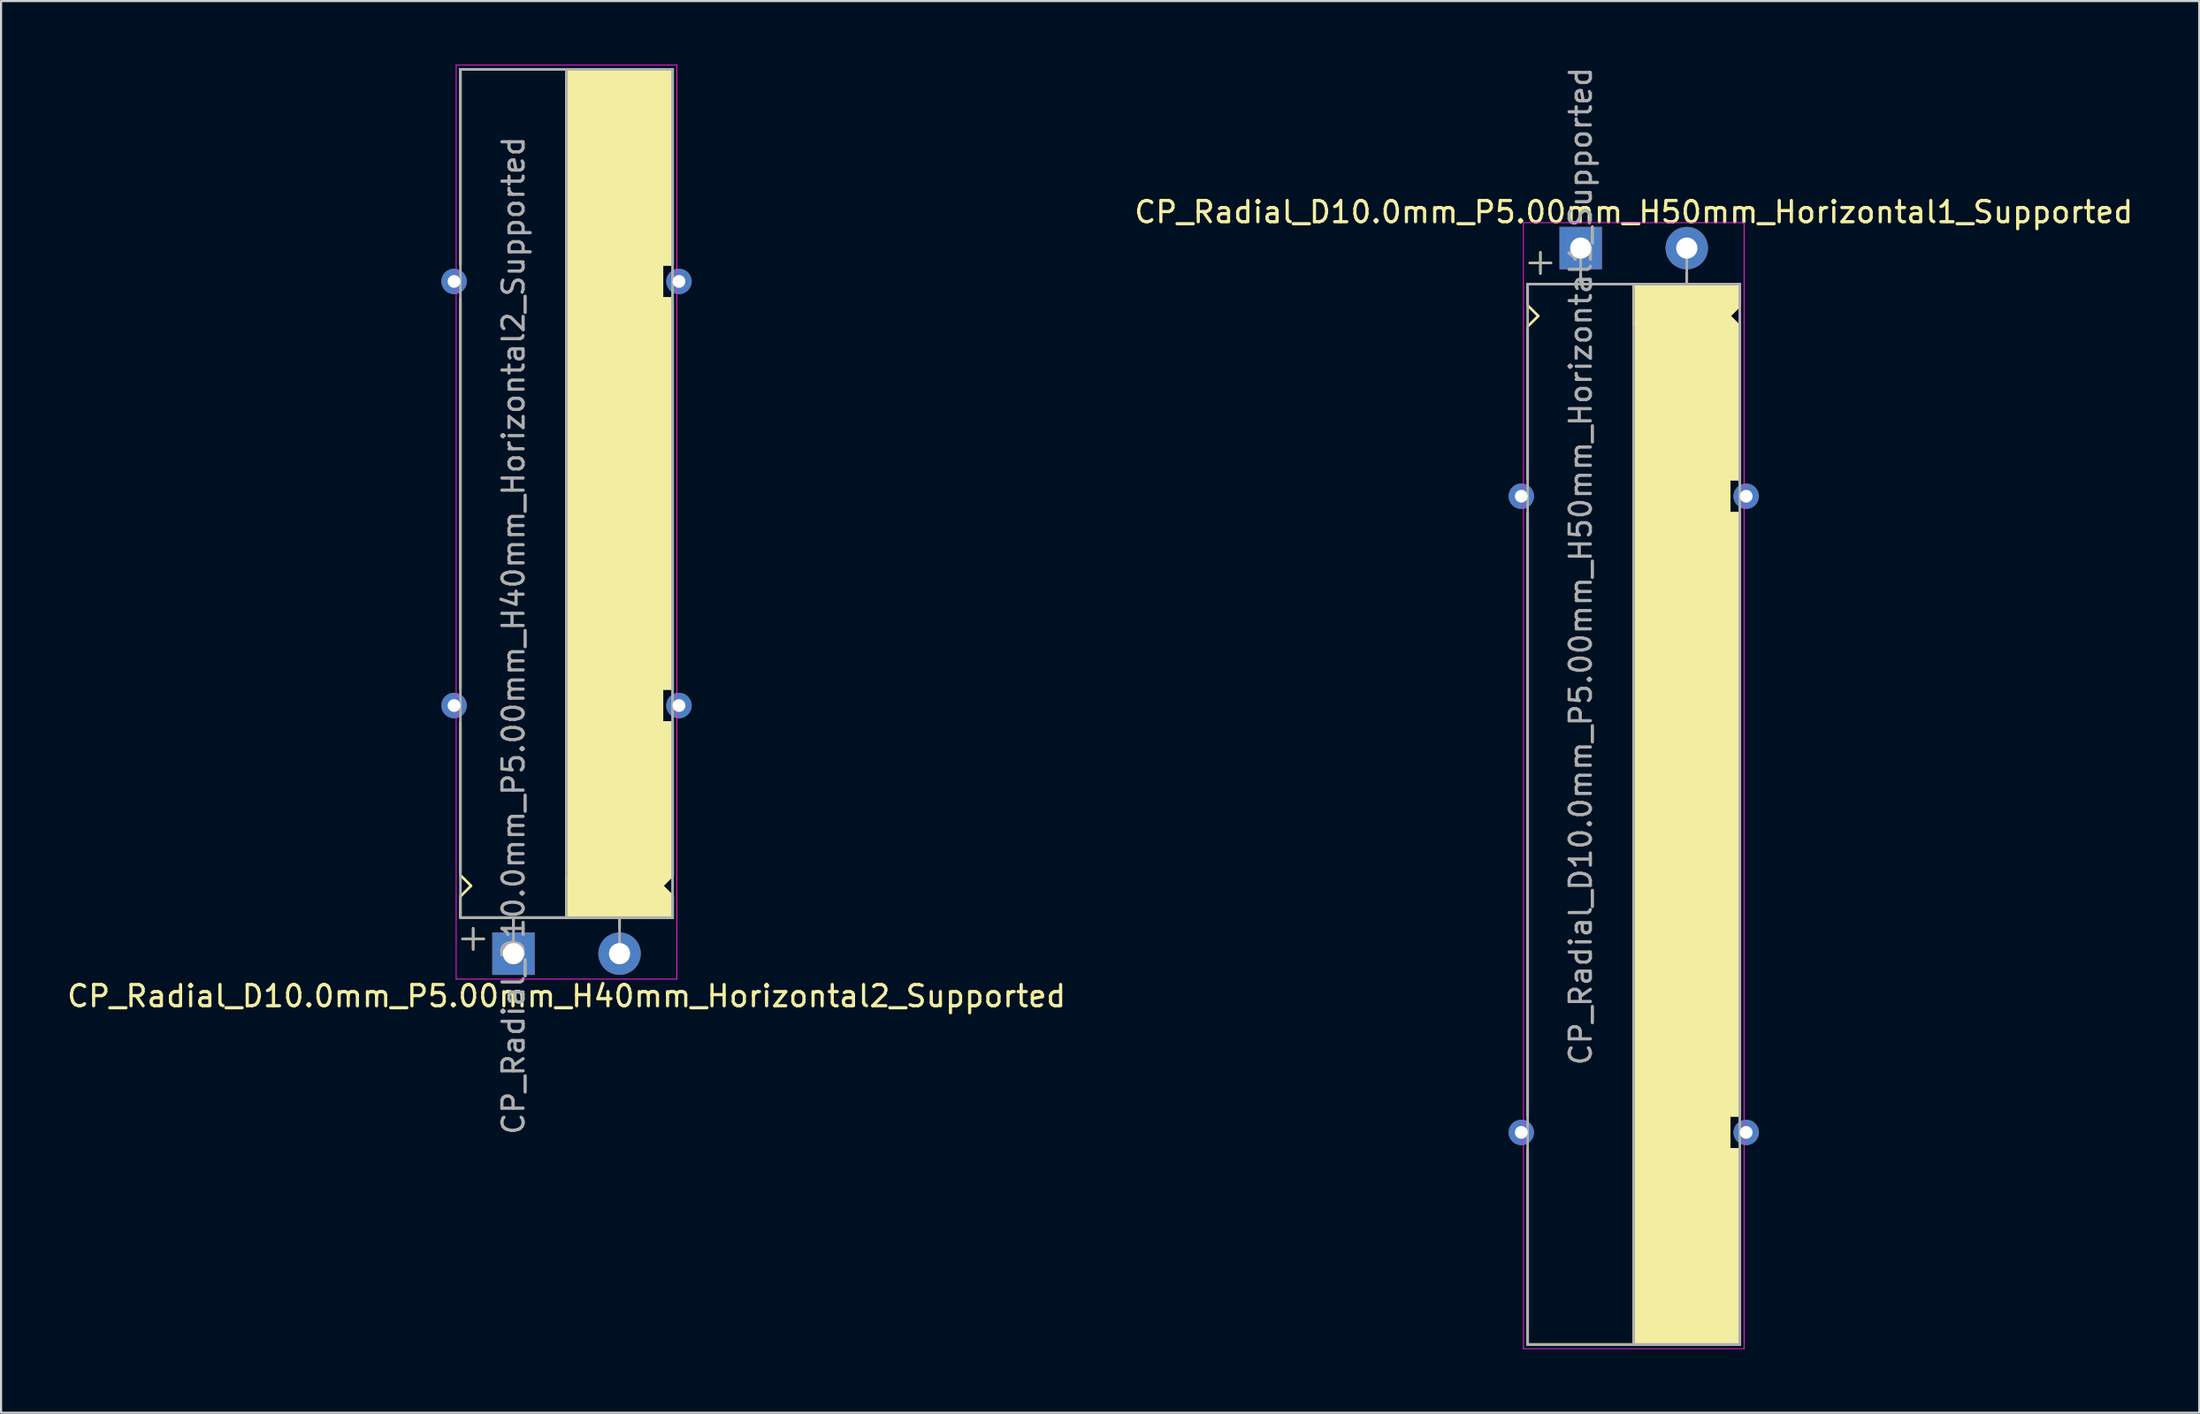
<source format=kicad_pcb>
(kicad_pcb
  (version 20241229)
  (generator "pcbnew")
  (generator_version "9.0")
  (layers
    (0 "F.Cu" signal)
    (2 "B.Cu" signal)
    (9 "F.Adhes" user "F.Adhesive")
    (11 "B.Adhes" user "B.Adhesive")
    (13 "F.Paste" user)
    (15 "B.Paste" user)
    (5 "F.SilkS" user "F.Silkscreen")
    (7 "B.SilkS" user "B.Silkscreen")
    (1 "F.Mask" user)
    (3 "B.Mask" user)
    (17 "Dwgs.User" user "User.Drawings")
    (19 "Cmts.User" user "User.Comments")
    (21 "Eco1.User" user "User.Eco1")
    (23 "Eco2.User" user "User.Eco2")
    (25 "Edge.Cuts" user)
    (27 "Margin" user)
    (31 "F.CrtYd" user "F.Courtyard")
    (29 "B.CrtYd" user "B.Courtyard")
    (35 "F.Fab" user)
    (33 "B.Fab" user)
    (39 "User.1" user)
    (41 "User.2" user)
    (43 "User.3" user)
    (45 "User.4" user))
  (footprint "CP_Radial_D10.0mm_P5.00mm_H40mm_Horizontal2_Supported"
    (layer "F.Cu")
    (at 21.149 41.92)
    (property "Reference" "CP_Radial_D10.0mm_P5.00mm_H40mm_Horizontal2_Supported" (at 2.5 2 0) (layer "F.SilkS") (effects (font (size 1 1) (thickness 0.15))))
    (attr through_hole)
    (fp_line (start -2.5 -41.7) (end 7.5 -41.7) (stroke (width 0.12) (type solid)) (layer "F.SilkS"))
    (fp_line (start -2.5 -32.5) (end -2.5 -41.7) (stroke (width 0.12) (type solid)) (layer "F.SilkS"))
    (fp_line (start -2.5 -12.5) (end -2.5 -30.9) (stroke (width 0.12) (type solid)) (layer "F.SilkS"))
    (fp_line (start -2.5 -3.8) (end -2.5 -10.9) (stroke (width 0.12) (type solid)) (layer "F.SilkS"))
    (fp_line (start -2.5 -2.7) (end -2 -3.2) (stroke (width 0.12) (type solid)) (layer "F.SilkS"))
    (fp_line (start -2.5 -1.7) (end -2.5 -2.7) (stroke (width 0.12) (type solid)) (layer "F.SilkS"))
    (fp_line (start -2 -3.2) (end -2.5 -3.7) (stroke (width 0.12) (type solid)) (layer "F.SilkS"))
    (fp_line (start -1.9 -1.2) (end -1.9 -0.2) (stroke (width 0.12) (type solid)) (layer "F.SilkS"))
    (fp_line (start -1.4 -0.7) (end -2.4 -0.7) (stroke (width 0.12) (type solid)) (layer "F.SilkS"))
    (fp_line (start 0 -1.7) (end 0 -1.2) (stroke (width 0.12) (type solid)) (layer "F.SilkS"))
    (fp_line (start 2.5 -41.7) (end 2.5 -1.7) (stroke (width 0.12) (type solid)) (layer "F.SilkS"))
    (fp_line (start 2.5 -1.7) (end -2.5 -1.7) (stroke (width 0.12) (type solid)) (layer "F.SilkS"))
    (fp_line (start 5 -1.7) (end 5 -1.2) (stroke (width 0.12) (type solid)) (layer "F.SilkS"))
    (fp_line (start 7 -32.5) (end 7.5 -32.5) (stroke (width 0.12) (type solid)) (layer "F.SilkS"))
    (fp_line (start 7 -30.9) (end 7 -32.5) (stroke (width 0.12) (type solid)) (layer "F.SilkS"))
    (fp_line (start 7 -12.5) (end 7.5 -12.5) (stroke (width 0.12) (type solid)) (layer "F.SilkS"))
    (fp_line (start 7 -10.9) (end 7 -12.5) (stroke (width 0.12) (type solid)) (layer "F.SilkS"))
    (fp_line (start 7 -3.2) (end 7.5 -3.7) (stroke (width 0.12) (type solid)) (layer "F.SilkS"))
    (fp_line (start 7.5 -32.5) (end 7.5 -41.7) (stroke (width 0.12) (type solid)) (layer "F.SilkS"))
    (fp_line (start 7.5 -30.9) (end 7 -30.9) (stroke (width 0.12) (type solid)) (layer "F.SilkS"))
    (fp_line (start 7.5 -12.5) (end 7.5 -30.9) (stroke (width 0.12) (type solid)) (layer "F.SilkS"))
    (fp_line (start 7.5 -10.9) (end 7 -10.9) (stroke (width 0.12) (type solid)) (layer "F.SilkS"))
    (fp_line (start 7.5 -3.7) (end 7.5 -10.9) (stroke (width 0.12) (type solid)) (layer "F.SilkS"))
    (fp_line (start 7.5 -2.7) (end 7 -3.2) (stroke (width 0.12) (type solid)) (layer "F.SilkS"))
    (fp_line (start 7.5 -1.7) (end 2.5 -1.7) (stroke (width 0.12) (type solid)) (layer "F.SilkS"))
    (fp_line (start 7.5 -1.7) (end 7.5 -2.7) (stroke (width 0.12) (type solid)) (layer "F.SilkS"))
    (fp_poly (pts (xy 7.5 -2.7) (xy 7 -3.2) (xy 7.5 -3.7) (xy 7.5 -10.9) (xy 7 -10.9) (xy 7 -12.5) (xy 7.5 -12.5) (xy 7.5 -30.9) (xy 7 -30.9) (xy 7 -32.5) (xy 7.5 -32.5) (xy 7.5 -41.7) (xy 2.5 -41.7) (xy 2.5 -1.7) (xy 7.5 -1.7)) (stroke (width 0.1) (type solid)) (fill yes) (layer "F.SilkS"))
    (fp_line (start -2.7 -41.9) (end -2.7 1.2) (stroke (width 0.04) (type solid)) (layer "F.CrtYd"))
    (fp_line (start -2.7 1.2) (end 5.3 1.2) (stroke (width 0.04) (type solid)) (layer "F.CrtYd"))
    (fp_line (start 5.3 1.2) (end 7.7 1.2) (stroke (width 0.04) (type solid)) (layer "F.CrtYd"))
    (fp_line (start 7.7 -41.9) (end -2.7 -41.9) (stroke (width 0.04) (type solid)) (layer "F.CrtYd"))
    (fp_line (start 7.7 1.2) (end 7.7 -41.9) (stroke (width 0.04) (type solid)) (layer "F.CrtYd"))
    (fp_line (start -2.5 -41.7) (end 7.5 -41.7) (stroke (width 0.12) (type solid)) (layer "F.Fab"))
    (fp_line (start -2.5 -1.7) (end -2.5 -41.7) (stroke (width 0.12) (type solid)) (layer "F.Fab"))
    (fp_line (start -2.4 -0.7) (end -1.4 -0.7) (stroke (width 0.1) (type solid)) (layer "F.Fab"))
    (fp_line (start -1.9 -0.2) (end -1.9 -1.2) (stroke (width 0.1) (type solid)) (layer "F.Fab"))
    (fp_line (start 0 -1.7) (end 0 0) (stroke (width 0.12) (type solid)) (layer "F.Fab"))
    (fp_line (start 2.5 -3.7) (end 2.5 -41.7) (stroke (width 0.12) (type solid)) (layer "F.Fab"))
    (fp_line (start 5 -1.7) (end 5 0) (stroke (width 0.12) (type solid)) (layer "F.Fab"))
    (fp_line (start 7.5 -41.7) (end 7.5 -1.7) (stroke (width 0.12) (type solid)) (layer "F.Fab"))
    (fp_line (start 7.5 -1.7) (end -2.5 -1.7) (stroke (width 0.12) (type solid)) (layer "F.Fab"))
    (fp_poly (pts (xy 7.5 -41.7) (xy 2.5 -41.7) (xy 2.5 -1.7) (xy 7.5 -1.7)) (stroke (width 0.1) (type solid)) (fill no) (layer "F.Fab"))
    (fp_text user "${REFERENCE}" (at 0 -15 90) (layer "F.Fab") (effects (font (size 1 1) (thickness 0.15))))
    (pad "" thru_hole circle (at -2.8 -31.7 180) (size 1.2 1.2) (drill 0.6) (layers "*.Cu" "*.Mask"))
    (pad "" thru_hole circle (at -2.8 -11.7) (size 1.2 1.2) (drill 0.6) (layers "*.Cu" "*.Mask"))
    (pad "" thru_hole circle (at 7.8 -31.7 180) (size 1.2 1.2) (drill 0.6) (layers "*.Cu" "*.Mask"))
    (pad "" thru_hole circle (at 7.8 -11.7 180) (size 1.2 1.2) (drill 0.6) (layers "*.Cu" "*.Mask"))
    (pad "1" thru_hole rect (at 0 0) (size 2 2) (drill 1) (layers "*.Cu" "*.Mask"))
    (pad "2" thru_hole circle (at 5 0) (size 2 2) (drill 1) (layers "*.Cu" "*.Mask")))
  (footprint "CP_Radial_D10.0mm_P5.00mm_H50mm_Horizontal1_Supported"
    (layer "F.Cu")
    (at 71.446 8.649)
    (property "Reference" "CP_Radial_D10.0mm_P5.00mm_H50mm_Horizontal1_Supported" (at 2.5 -1.7 0) (layer "F.SilkS") (effects (font (size 1 1) (thickness 0.15))))
    (attr through_hole)
    (fp_line (start -2.5 1.7) (end -2.5 2.7) (stroke (width 0.12) (type solid)) (layer "F.SilkS"))
    (fp_line (start -2.5 2.7) (end -2 3.2) (stroke (width 0.12) (type solid)) (layer "F.SilkS"))
    (fp_line (start -2.5 3.8) (end -2.5 10.9) (stroke (width 0.12) (type solid)) (layer "F.SilkS"))
    (fp_line (start -2.5 12.5) (end -2.5 40.9) (stroke (width 0.12) (type solid)) (layer "F.SilkS"))
    (fp_line (start -2.5 42.5) (end -2.5 51.7) (stroke (width 0.12) (type solid)) (layer "F.SilkS"))
    (fp_line (start -2.5 51.7) (end 7.5 51.7) (stroke (width 0.12) (type solid)) (layer "F.SilkS"))
    (fp_line (start -2 3.2) (end -2.5 3.7) (stroke (width 0.12) (type solid)) (layer "F.SilkS"))
    (fp_line (start -1.9 0.2) (end -1.9 1.2) (stroke (width 0.12) (type solid)) (layer "F.SilkS"))
    (fp_line (start -1.4 0.7) (end -2.4 0.7) (stroke (width 0.12) (type solid)) (layer "F.SilkS"))
    (fp_line (start 0 1.7) (end 0 1.2) (stroke (width 0.12) (type solid)) (layer "F.SilkS"))
    (fp_line (start 2.5 1.7) (end -2.5 1.7) (stroke (width 0.12) (type solid)) (layer "F.SilkS"))
    (fp_line (start 2.5 51.7) (end 2.5 1.7) (stroke (width 0.12) (type solid)) (layer "F.SilkS"))
    (fp_line (start 5 1.7) (end 5 1.2) (stroke (width 0.12) (type solid)) (layer "F.SilkS"))
    (fp_line (start 7 3.2) (end 7.5 3.7) (stroke (width 0.12) (type solid)) (layer "F.SilkS"))
    (fp_line (start 7 10.9) (end 7 12.5) (stroke (width 0.12) (type solid)) (layer "F.SilkS"))
    (fp_line (start 7 12.5) (end 7.5 12.5) (stroke (width 0.12) (type solid)) (layer "F.SilkS"))
    (fp_line (start 7 40.9) (end 7 42.5) (stroke (width 0.12) (type solid)) (layer "F.SilkS"))
    (fp_line (start 7 42.5) (end 7.5 42.5) (stroke (width 0.12) (type solid)) (layer "F.SilkS"))
    (fp_line (start 7.5 1.7) (end 2.5 1.7) (stroke (width 0.12) (type solid)) (layer "F.SilkS"))
    (fp_line (start 7.5 1.7) (end 7.5 2.7) (stroke (width 0.12) (type solid)) (layer "F.SilkS"))
    (fp_line (start 7.5 2.7) (end 7 3.2) (stroke (width 0.12) (type solid)) (layer "F.SilkS"))
    (fp_line (start 7.5 3.7) (end 7.5 10.9) (stroke (width 0.12) (type solid)) (layer "F.SilkS"))
    (fp_line (start 7.5 10.9) (end 7 10.9) (stroke (width 0.12) (type solid)) (layer "F.SilkS"))
    (fp_line (start 7.5 12.5) (end 7.5 40.9) (stroke (width 0.12) (type solid)) (layer "F.SilkS"))
    (fp_line (start 7.5 40.9) (end 7 40.9) (stroke (width 0.12) (type solid)) (layer "F.SilkS"))
    (fp_line (start 7.5 42.5) (end 7.5 51.7) (stroke (width 0.12) (type solid)) (layer "F.SilkS"))
    (fp_poly (pts (xy 7.5 2.7) (xy 7 3.2) (xy 7.5 3.7) (xy 7.5 10.9) (xy 7 10.9) (xy 7 12.5) (xy 7.5 12.5) (xy 7.5 40.9) (xy 7 40.9) (xy 7 42.5) (xy 7.5 42.5) (xy 7.5 51.7) (xy 2.5 51.7) (xy 2.5 1.7) (xy 7.5 1.7)) (stroke (width 0.1) (type solid)) (fill yes) (layer "F.SilkS"))
    (fp_line (start -2.7 -1.2) (end 5.3 -1.2) (stroke (width 0.04) (type solid)) (layer "F.CrtYd"))
    (fp_line (start -2.7 51.9) (end -2.7 -1.2) (stroke (width 0.04) (type solid)) (layer "F.CrtYd"))
    (fp_line (start 5.3 -1.2) (end 7.7 -1.2) (stroke (width 0.04) (type solid)) (layer "F.CrtYd"))
    (fp_line (start 7.7 -1.2) (end 7.7 51.9) (stroke (width 0.04) (type solid)) (layer "F.CrtYd"))
    (fp_line (start 7.7 51.9) (end -2.7 51.9) (stroke (width 0.04) (type solid)) (layer "F.CrtYd"))
    (fp_line (start -2.5 1.7) (end -2.5 51.7) (stroke (width 0.12) (type solid)) (layer "F.Fab"))
    (fp_line (start -2.5 51.7) (end 7.5 51.7) (stroke (width 0.12) (type solid)) (layer "F.Fab"))
    (fp_line (start -2.4 0.7) (end -1.4 0.7) (stroke (width 0.1) (type solid)) (layer "F.Fab"))
    (fp_line (start -1.9 1.2) (end -1.9 0.2) (stroke (width 0.1) (type solid)) (layer "F.Fab"))
    (fp_line (start 0 1.7) (end 0 0) (stroke (width 0.12) (type solid)) (layer "F.Fab"))
    (fp_line (start 2.5 3.7) (end 2.5 51.7) (stroke (width 0.12) (type solid)) (layer "F.Fab"))
    (fp_line (start 5 1.7) (end 5 0) (stroke (width 0.12) (type solid)) (layer "F.Fab"))
    (fp_line (start 7.5 1.7) (end -2.5 1.7) (stroke (width 0.12) (type solid)) (layer "F.Fab"))
    (fp_line (start 7.5 51.7) (end 7.5 1.7) (stroke (width 0.12) (type solid)) (layer "F.Fab"))
    (fp_poly (pts (xy 7.5 51.7) (xy 2.5 51.7) (xy 2.5 1.7) (xy 7.5 1.7)) (stroke (width 0.1) (type solid)) (fill no) (layer "F.Fab"))
    (fp_text user "${REFERENCE}" (at 0 15 90) (layer "F.Fab") (effects (font (size 1 1) (thickness 0.15))))
    (pad "" thru_hole circle (at -2.8 11.7 180) (size 1.2 1.2) (drill 0.6) (layers "*.Cu" "*.Mask"))
    (pad "" thru_hole circle (at -2.8 41.7) (size 1.2 1.2) (drill 0.6) (layers "*.Cu" "*.Mask"))
    (pad "" thru_hole circle (at 7.8 11.7) (size 1.2 1.2) (drill 0.6) (layers "*.Cu" "*.Mask"))
    (pad "" thru_hole circle (at 7.8 41.7) (size 1.2 1.2) (drill 0.6) (layers "*.Cu" "*.Mask"))
    (pad "1" thru_hole rect (at 0 0) (size 2 2) (drill 1) (layers "*.Cu" "*.Mask"))
    (pad "2" thru_hole circle (at 5 0) (size 2 2) (drill 1) (layers "*.Cu" "*.Mask")))
  (gr_rect
    (start -3 -3)
    (end 100.595 63.569)
    (stroke (width 0.1) (type default))
    (fill no)
    (layer "Edge.Cuts")))
</source>
